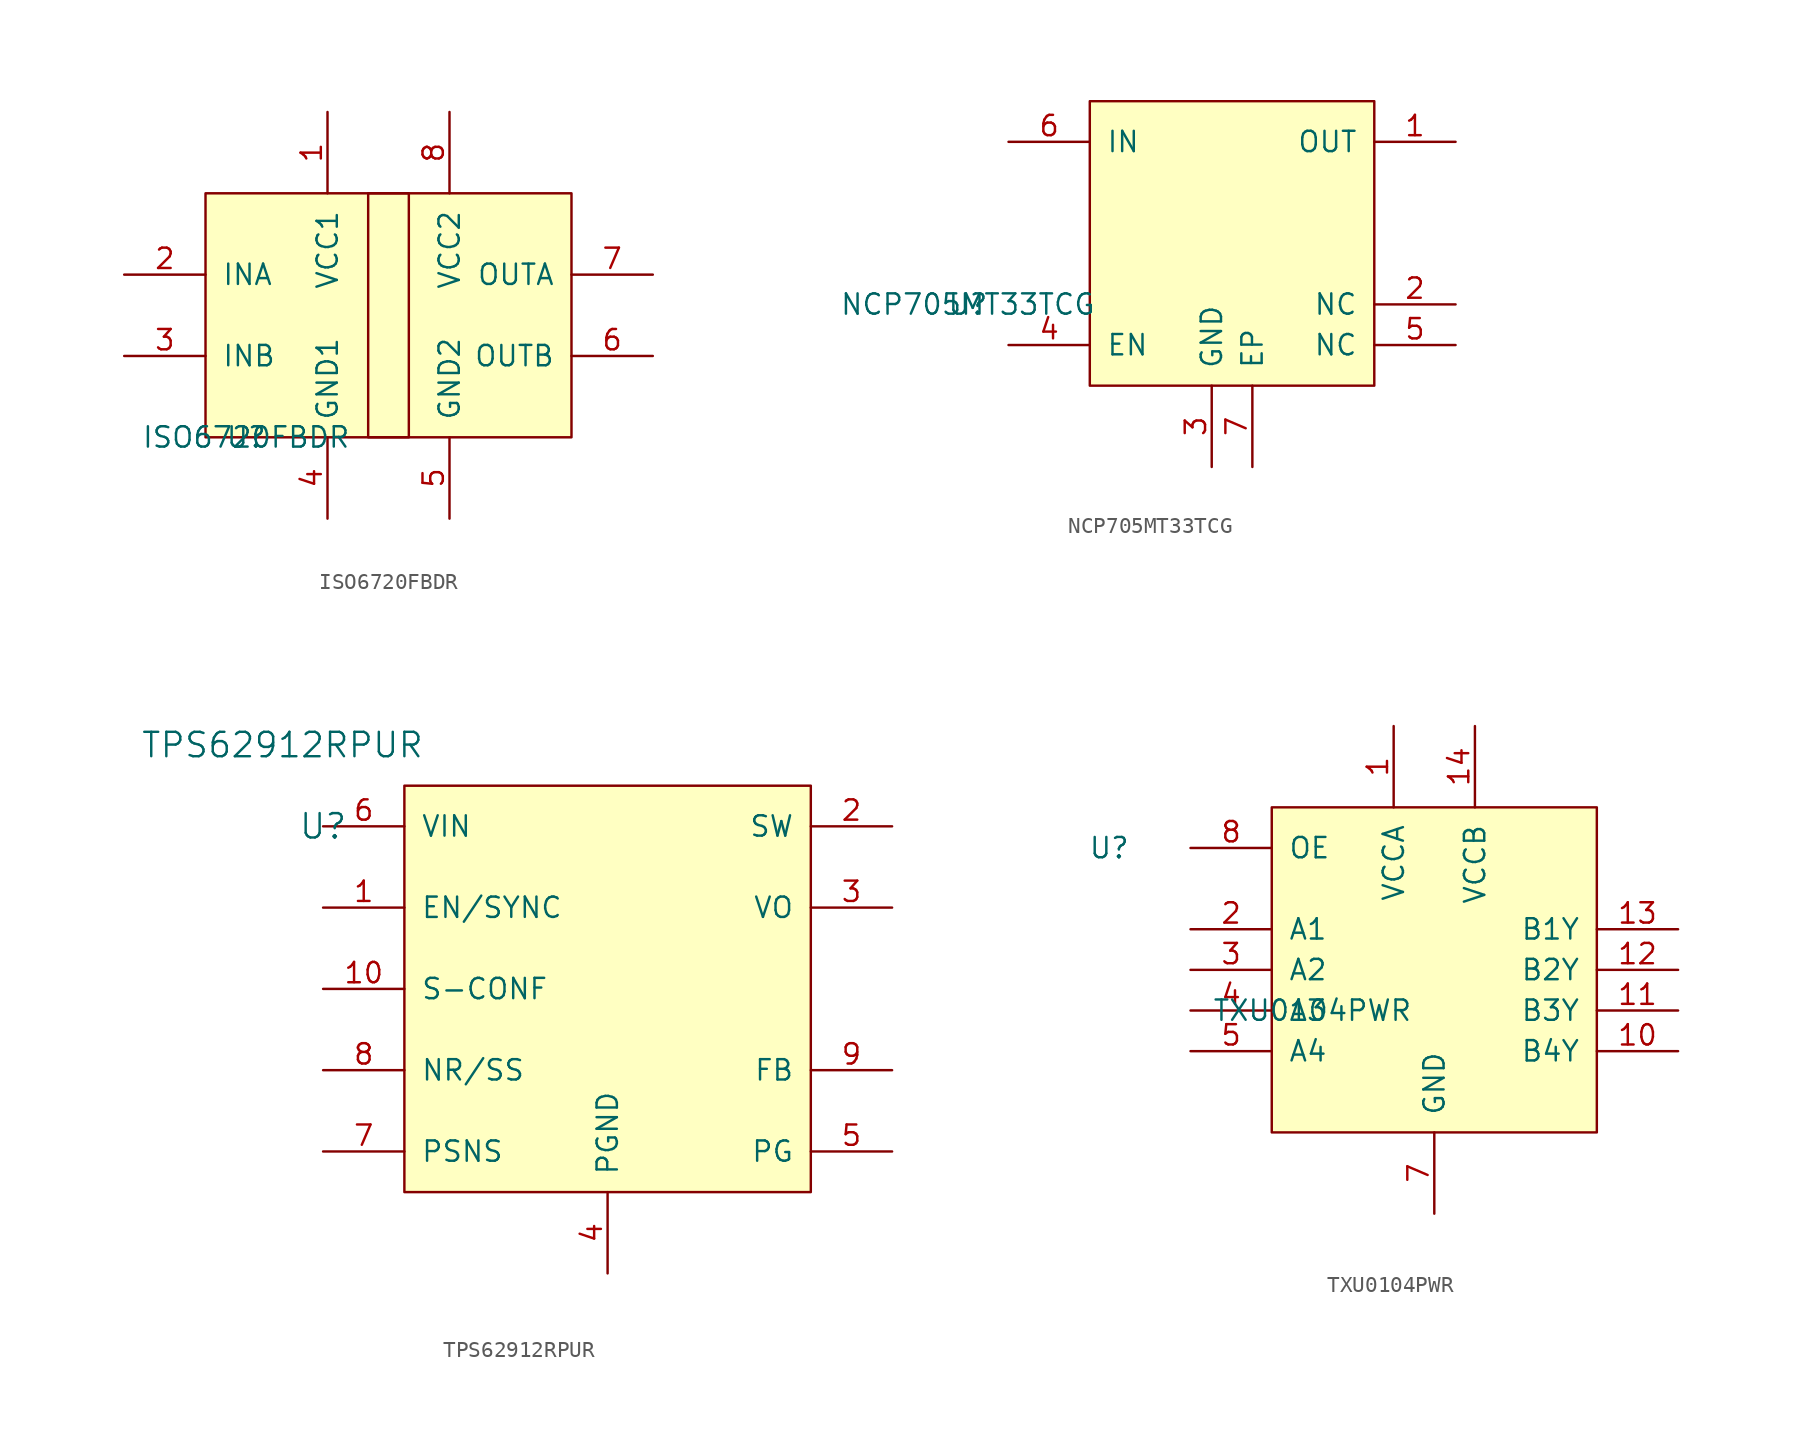
<source format=kicad_sym>
(kicad_symbol_lib
  (version 20231120)
  (generator "kicad_symbol_editor")
  (generator_version "8.0")
  (symbol "ISO6720FBDR"
    (pin_names
      (offset 1.016))
    (property "Reference" "U"
      (at 0 0 0)
      (effects (font (size 1.27 1.27))))
    (property "Value" "ISO6720FBDR"
      (at 0 0 0)
      (effects (font (size 1.27 1.27))))
    (symbol "ISO6720FBDR_0_1"
      (rectangle (start 7.62 15.24) (end 10.16 0) (stroke (width 0) (type default)) (fill (type none))))
    (symbol "ISO6720FBDR_1_1"
      (rectangle (start -2.54 15.24) (end 20.32 0) (stroke (width 0) (type default)) (fill (type background)))
      (pin input line (at 5.08 20.32 270) (length 5.08) (name "VCC1" (effects (font (size 1.27 1.27)))) (number "1" (effects (font (size 1.27 1.27)))))
      (pin input line (at -7.62 10.16 0) (length 5.08) (name "INA" (effects (font (size 1.27 1.27)))) (number "2" (effects (font (size 1.27 1.27)))))
      (pin input line (at -7.62 5.08 0) (length 5.08) (name "INB" (effects (font (size 1.27 1.27)))) (number "3" (effects (font (size 1.27 1.27)))))
      (pin input line (at 5.08 -5.08 90) (length 5.08) (name "GND1" (effects (font (size 1.27 1.27)))) (number "4" (effects (font (size 1.27 1.27)))))
      (pin input line (at 12.7 -5.08 90) (length 5.08) (name "GND2" (effects (font (size 1.27 1.27)))) (number "5" (effects (font (size 1.27 1.27)))))
      (pin input line (at 25.4 5.08 180) (length 5.08) (name "OUTB" (effects (font (size 1.27 1.27)))) (number "6" (effects (font (size 1.27 1.27)))))
      (pin input line (at 25.4 10.16 180) (length 5.08) (name "OUTA" (effects (font (size 1.27 1.27)))) (number "7" (effects (font (size 1.27 1.27)))))
      (pin input line (at 12.7 20.32 270) (length 5.08) (name "VCC2" (effects (font (size 1.27 1.27)))) (number "8" (effects (font (size 1.27 1.27)))))))
  (symbol "NCP705MT33TCG"
    (pin_names
      (offset 1.016))
    (property "Reference" "U"
      (at 0 0 0)
      (effects (font (size 1.27 1.27))))
    (property "Value" "NCP705MT33TCG"
      (at 0 0 0)
      (effects (font (size 1.27 1.27))))
    (symbol "NCP705MT33TCG_1_1"
      (rectangle (start 7.62 12.7) (end 25.4 -5.08) (stroke (width 0) (type default)) (fill (type background)))
      (pin input line (at 30.48 10.16 180) (length 5.08) (name "OUT" (effects (font (size 1.27 1.27)))) (number "1" (effects (font (size 1.27 1.27)))))
      (pin input line (at 30.48 0 180) (length 5.08) (name "NC" (effects (font (size 1.27 1.27)))) (number "2" (effects (font (size 1.27 1.27)))))
      (pin input line (at 15.24 -10.16 90) (length 5.08) (name "GND" (effects (font (size 1.27 1.27)))) (number "3" (effects (font (size 1.27 1.27)))))
      (pin input line (at 2.54 -2.54 0) (length 5.08) (name "EN" (effects (font (size 1.27 1.27)))) (number "4" (effects (font (size 1.27 1.27)))))
      (pin input line (at 30.48 -2.54 180) (length 5.08) (name "NC" (effects (font (size 1.27 1.27)))) (number "5" (effects (font (size 1.27 1.27)))))
      (pin input line (at 2.54 10.16 0) (length 5.08) (name "IN" (effects (font (size 1.27 1.27)))) (number "6" (effects (font (size 1.27 1.27)))))
      (pin input line (at 17.78 -10.16 90) (length 5.08) (name "EP" (effects (font (size 1.27 1.27)))) (number "7" (effects (font (size 1.27 1.27)))))))
  (symbol "TPS62912RPUR"
    (pin_names
      (offset 1.016))
    (property "Reference" "U"
      (at 0 2.54 0)
      (effects (font (size 1.524 1.524))))
    (property "Value" "TPS62912RPUR"
      (at -2.54 7.62 0)
      (effects (font (size 1.524 1.524))))
    (symbol "TPS62912RPUR_0_1"
      (pin power_in line (at 17.78 -25.4 90) (length 5.08) (name "PGND" (effects (font (size 1.27 1.27)))) (number "4" (effects (font (size 1.27 1.27)))))
      (pin power_in line (at 0 2.54 0) (length 5.08) (name "VIN" (effects (font (size 1.27 1.27)))) (number "6" (effects (font (size 1.27 1.27))))))
    (symbol "TPS62912RPUR_1_1"
      (rectangle (start 5.08 5.08) (end 30.48 -20.32) (stroke (width 0) (type default)) (fill (type background)))
      (pin input line (at 0 -2.54 0) (length 5.08) (name "EN/SYNC" (effects (font (size 1.27 1.27)))) (number "1" (effects (font (size 1.27 1.27)))))
      (pin output line (at 0 -7.62 0) (length 5.08) (name "S-CONF" (effects (font (size 1.27 1.27)))) (number "10" (effects (font (size 1.27 1.27)))))
      (pin bidirectional line (at 35.56 2.54 180) (length 5.08) (name "SW" (effects (font (size 1.27 1.27)))) (number "2" (effects (font (size 1.27 1.27)))))
      (pin input line (at 35.56 -2.54 180) (length 5.08) (name "VO" (effects (font (size 1.27 1.27)))) (number "3" (effects (font (size 1.27 1.27)))))
      (pin output line (at 35.56 -17.78 180) (length 5.08) (name "PG" (effects (font (size 1.27 1.27)))) (number "5" (effects (font (size 1.27 1.27)))))
      (pin input line (at 0 -17.78 0) (length 5.08) (name "PSNS" (effects (font (size 1.27 1.27)))) (number "7" (effects (font (size 1.27 1.27)))))
      (pin output line (at 0 -12.7 0) (length 5.08) (name "NR/SS" (effects (font (size 1.27 1.27)))) (number "8" (effects (font (size 1.27 1.27)))))
      (pin input line (at 35.56 -12.7 180) (length 5.08) (name "FB" (effects (font (size 1.27 1.27)))) (number "9" (effects (font (size 1.27 1.27)))))))
  (symbol "TXU0104PWR"
    (pin_names
      (offset 1.016))
    (property "Reference" "U"
      (at -7.62 10.16 0)
      (effects (font (size 1.27 1.27))))
    (property "Value" "TXU0104PWR"
      (at 5.08 0 0)
      (effects (font (size 1.27 1.27))))
    (symbol "TXU0104PWR_1_1"
      (rectangle (start 2.54 12.7) (end 22.86 -7.62) (stroke (width 0) (type default)) (fill (type background)))
      (pin power_in line (at 10.16 17.78 270) (length 5.08) (name "VCCA" (effects (font (size 1.27 1.27)))) (number "1" (effects (font (size 1.27 1.27)))))
      (pin output line (at 27.94 -2.54 180) (length 5.08) (name "B4Y" (effects (font (size 1.27 1.27)))) (number "10" (effects (font (size 1.27 1.27)))))
      (pin output line (at 27.94 0 180) (length 5.08) (name "B3Y" (effects (font (size 1.27 1.27)))) (number "11" (effects (font (size 1.27 1.27)))))
      (pin output line (at 27.94 2.54 180) (length 5.08) (name "B2Y" (effects (font (size 1.27 1.27)))) (number "12" (effects (font (size 1.27 1.27)))))
      (pin output line (at 27.94 5.08 180) (length 5.08) (name "B1Y" (effects (font (size 1.27 1.27)))) (number "13" (effects (font (size 1.27 1.27)))))
      (pin power_in line (at 15.24 17.78 270) (length 5.08) (name "VCCB" (effects (font (size 1.27 1.27)))) (number "14" (effects (font (size 1.27 1.27)))))
      (pin input line (at -2.54 5.08 0) (length 5.08) (name "A1" (effects (font (size 1.27 1.27)))) (number "2" (effects (font (size 1.27 1.27)))))
      (pin input line (at -2.54 2.54 0) (length 5.08) (name "A2" (effects (font (size 1.27 1.27)))) (number "3" (effects (font (size 1.27 1.27)))))
      (pin input line (at -2.54 0 0) (length 5.08) (name "A3" (effects (font (size 1.27 1.27)))) (number "4" (effects (font (size 1.27 1.27)))))
      (pin input line (at -2.54 -2.54 0) (length 5.08) (name "A4" (effects (font (size 1.27 1.27)))) (number "5" (effects (font (size 1.27 1.27)))))
      (pin power_in line (at 12.7 -12.7 90) (length 5.08) (name "GND" (effects (font (size 1.27 1.27)))) (number "7" (effects (font (size 1.27 1.27)))))
      (pin input line (at -2.54 10.16 0) (length 5.08) (name "OE" (effects (font (size 1.27 1.27)))) (number "8" (effects (font (size 1.27 1.27))))))))
</source>
